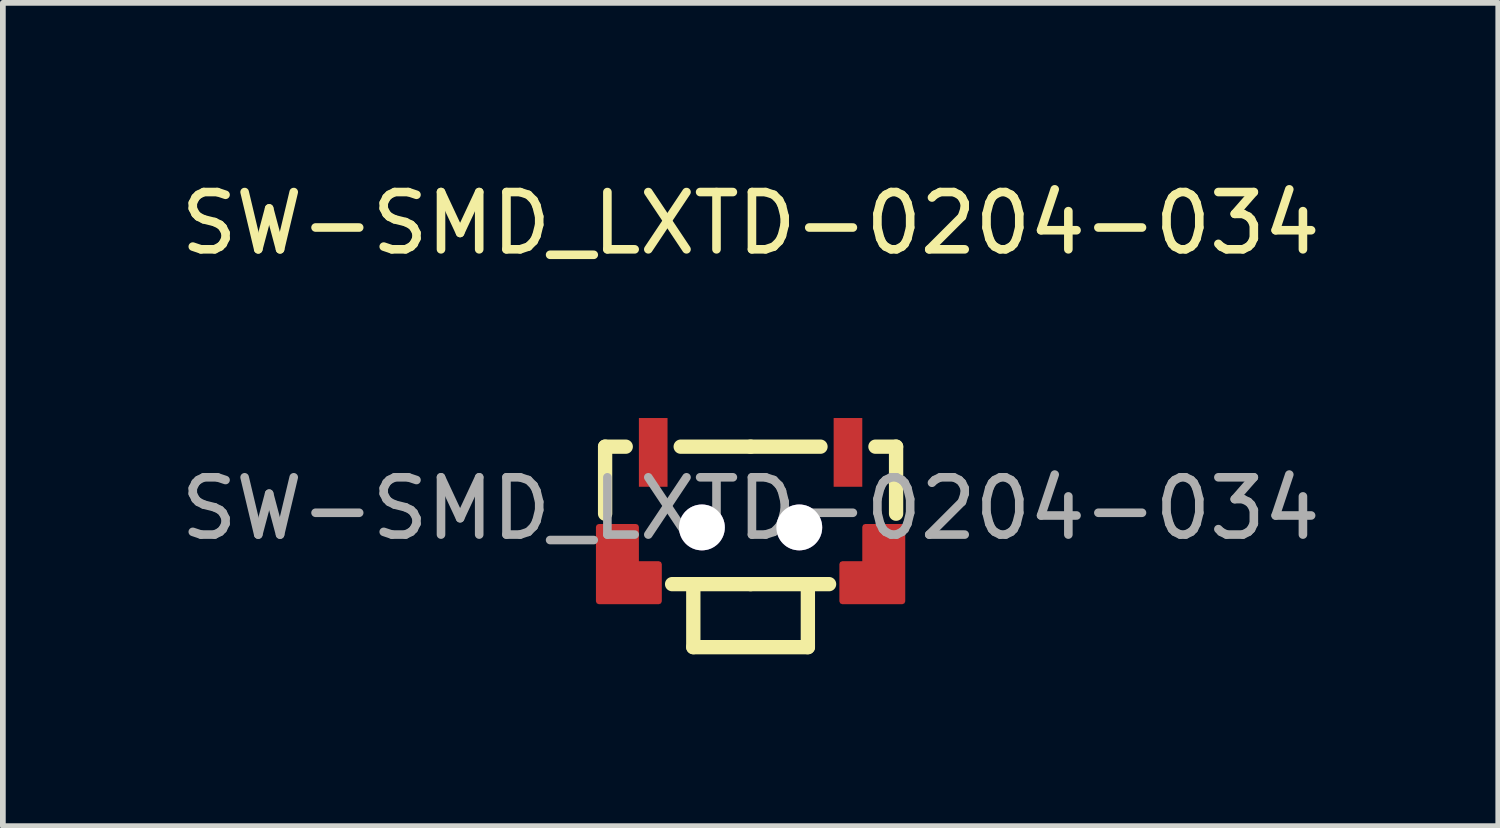
<source format=kicad_pcb>
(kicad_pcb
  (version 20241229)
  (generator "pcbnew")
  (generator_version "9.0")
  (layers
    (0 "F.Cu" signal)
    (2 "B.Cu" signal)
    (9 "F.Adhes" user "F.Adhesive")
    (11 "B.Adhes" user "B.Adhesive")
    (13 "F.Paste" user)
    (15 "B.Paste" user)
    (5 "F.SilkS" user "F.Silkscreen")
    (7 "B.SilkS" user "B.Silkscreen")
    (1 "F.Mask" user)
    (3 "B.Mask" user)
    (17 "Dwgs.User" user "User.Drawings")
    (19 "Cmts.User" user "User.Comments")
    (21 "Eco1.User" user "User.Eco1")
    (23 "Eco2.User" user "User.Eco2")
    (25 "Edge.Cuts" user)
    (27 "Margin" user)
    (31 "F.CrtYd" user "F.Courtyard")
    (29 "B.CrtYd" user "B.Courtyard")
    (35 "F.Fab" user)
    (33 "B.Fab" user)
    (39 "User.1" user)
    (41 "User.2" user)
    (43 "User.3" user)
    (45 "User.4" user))
  (footprint "SW-SMD_LXTD-0204-034"
    (layer "F.Cu")
    (at 10.054 5.828)
    (property "Reference" "SW-SMD_LXTD-0204-034" (at 0 -4.98 0) (layer "F.SilkS") (effects (font (size 1 1) (thickness 0.15))))
    (attr through_hole)
    (fp_line (start -2.54 -1.08) (end -2.18 -1.08) (stroke (width 0.25) (type solid)) (layer "F.SilkS"))
    (fp_line (start -2.54 0.09) (end -2.54 -1.08) (stroke (width 0.25) (type solid)) (layer "F.SilkS"))
    (fp_line (start -1 2.42) (end -1 1.32) (stroke (width 0.25) (type solid)) (layer "F.SilkS"))
    (fp_line (start 0 -1.08) (end -1.22 -1.08) (stroke (width 0.25) (type solid)) (layer "F.SilkS"))
    (fp_line (start 0 -1.08) (end 1.22 -1.08) (stroke (width 0.25) (type solid)) (layer "F.SilkS"))
    (fp_line (start 0 1.32) (end -1.37 1.32) (stroke (width 0.25) (type solid)) (layer "F.SilkS"))
    (fp_line (start 0 1.32) (end 1.37 1.32) (stroke (width 0.25) (type solid)) (layer "F.SilkS"))
    (fp_line (start 1 2.42) (end -1 2.42) (stroke (width 0.25) (type solid)) (layer "F.SilkS"))
    (fp_line (start 1 2.42) (end 1 1.32) (stroke (width 0.25) (type solid)) (layer "F.SilkS"))
    (fp_line (start 2.54 -1.08) (end 2.18 -1.08) (stroke (width 0.25) (type solid)) (layer "F.SilkS"))
    (fp_line (start 2.54 0.09) (end 2.54 -1.08) (stroke (width 0.25) (type solid)) (layer "F.SilkS"))
    (fp_text user "${REFERENCE}" (at 0 0 0) (layer "F.Fab") (effects (font (size 1 1) (thickness 0.15))))
    (pad "" thru_hole circle (at -0.85 0.33) (size 0.8 0.8) (drill 0.8) (layers "*.Cu" "*.Mask"))
    (pad "" thru_hole circle (at 0.85 0.33) (size 0.8 0.8) (drill 0.8) (layers "*.Cu" "*.Mask"))
    (pad "1" smd rect (at -1.7 -0.98) (size 0.5 1.2) (layers "F.Cu" "F.Mask" "F.Paste"))
    (pad "2" smd rect (at 1.7 -0.98) (size 0.5 1.2) (layers "F.Cu" "F.Mask" "F.Paste"))
    (pad "3" smd custom (at 2.12 0.98) (size 0.01 0.01) (layers "F.Cu" "F.Mask" "F.Paste") (options (anchor circle)) (primitives (gr_poly (pts (xy 0.53 -0.66) (xy 0.53 -0.01) (xy 0.53 0.64) (xy -0.12 0.64) (xy -0.52 0.64) (xy -0.52 -0.01) (xy -0.12 -0.01) (xy -0.12 -0.66) (xy 0.53 -0.66)) (width 0.1) (fill yes))))
    (pad "4" smd custom (at -2.13 0.98) (size 0.01 0.01) (layers "F.Cu" "F.Mask" "F.Paste") (options (anchor circle)) (primitives (gr_poly (pts (xy -0.52 -0.66) (xy -0.52 -0.01) (xy -0.52 0.64) (xy 0.13 0.64) (xy 0.53 0.64) (xy 0.53 -0.01) (xy 0.13 -0.01) (xy 0.13 -0.66) (xy -0.52 -0.66)) (width 0.1) (fill yes)))))
  (gr_rect
    (start -3 -3)
    (end 23.107 11.373)
    (stroke (width 0.1) (type default))
    (fill no)
    (layer "Edge.Cuts")))
</source>
